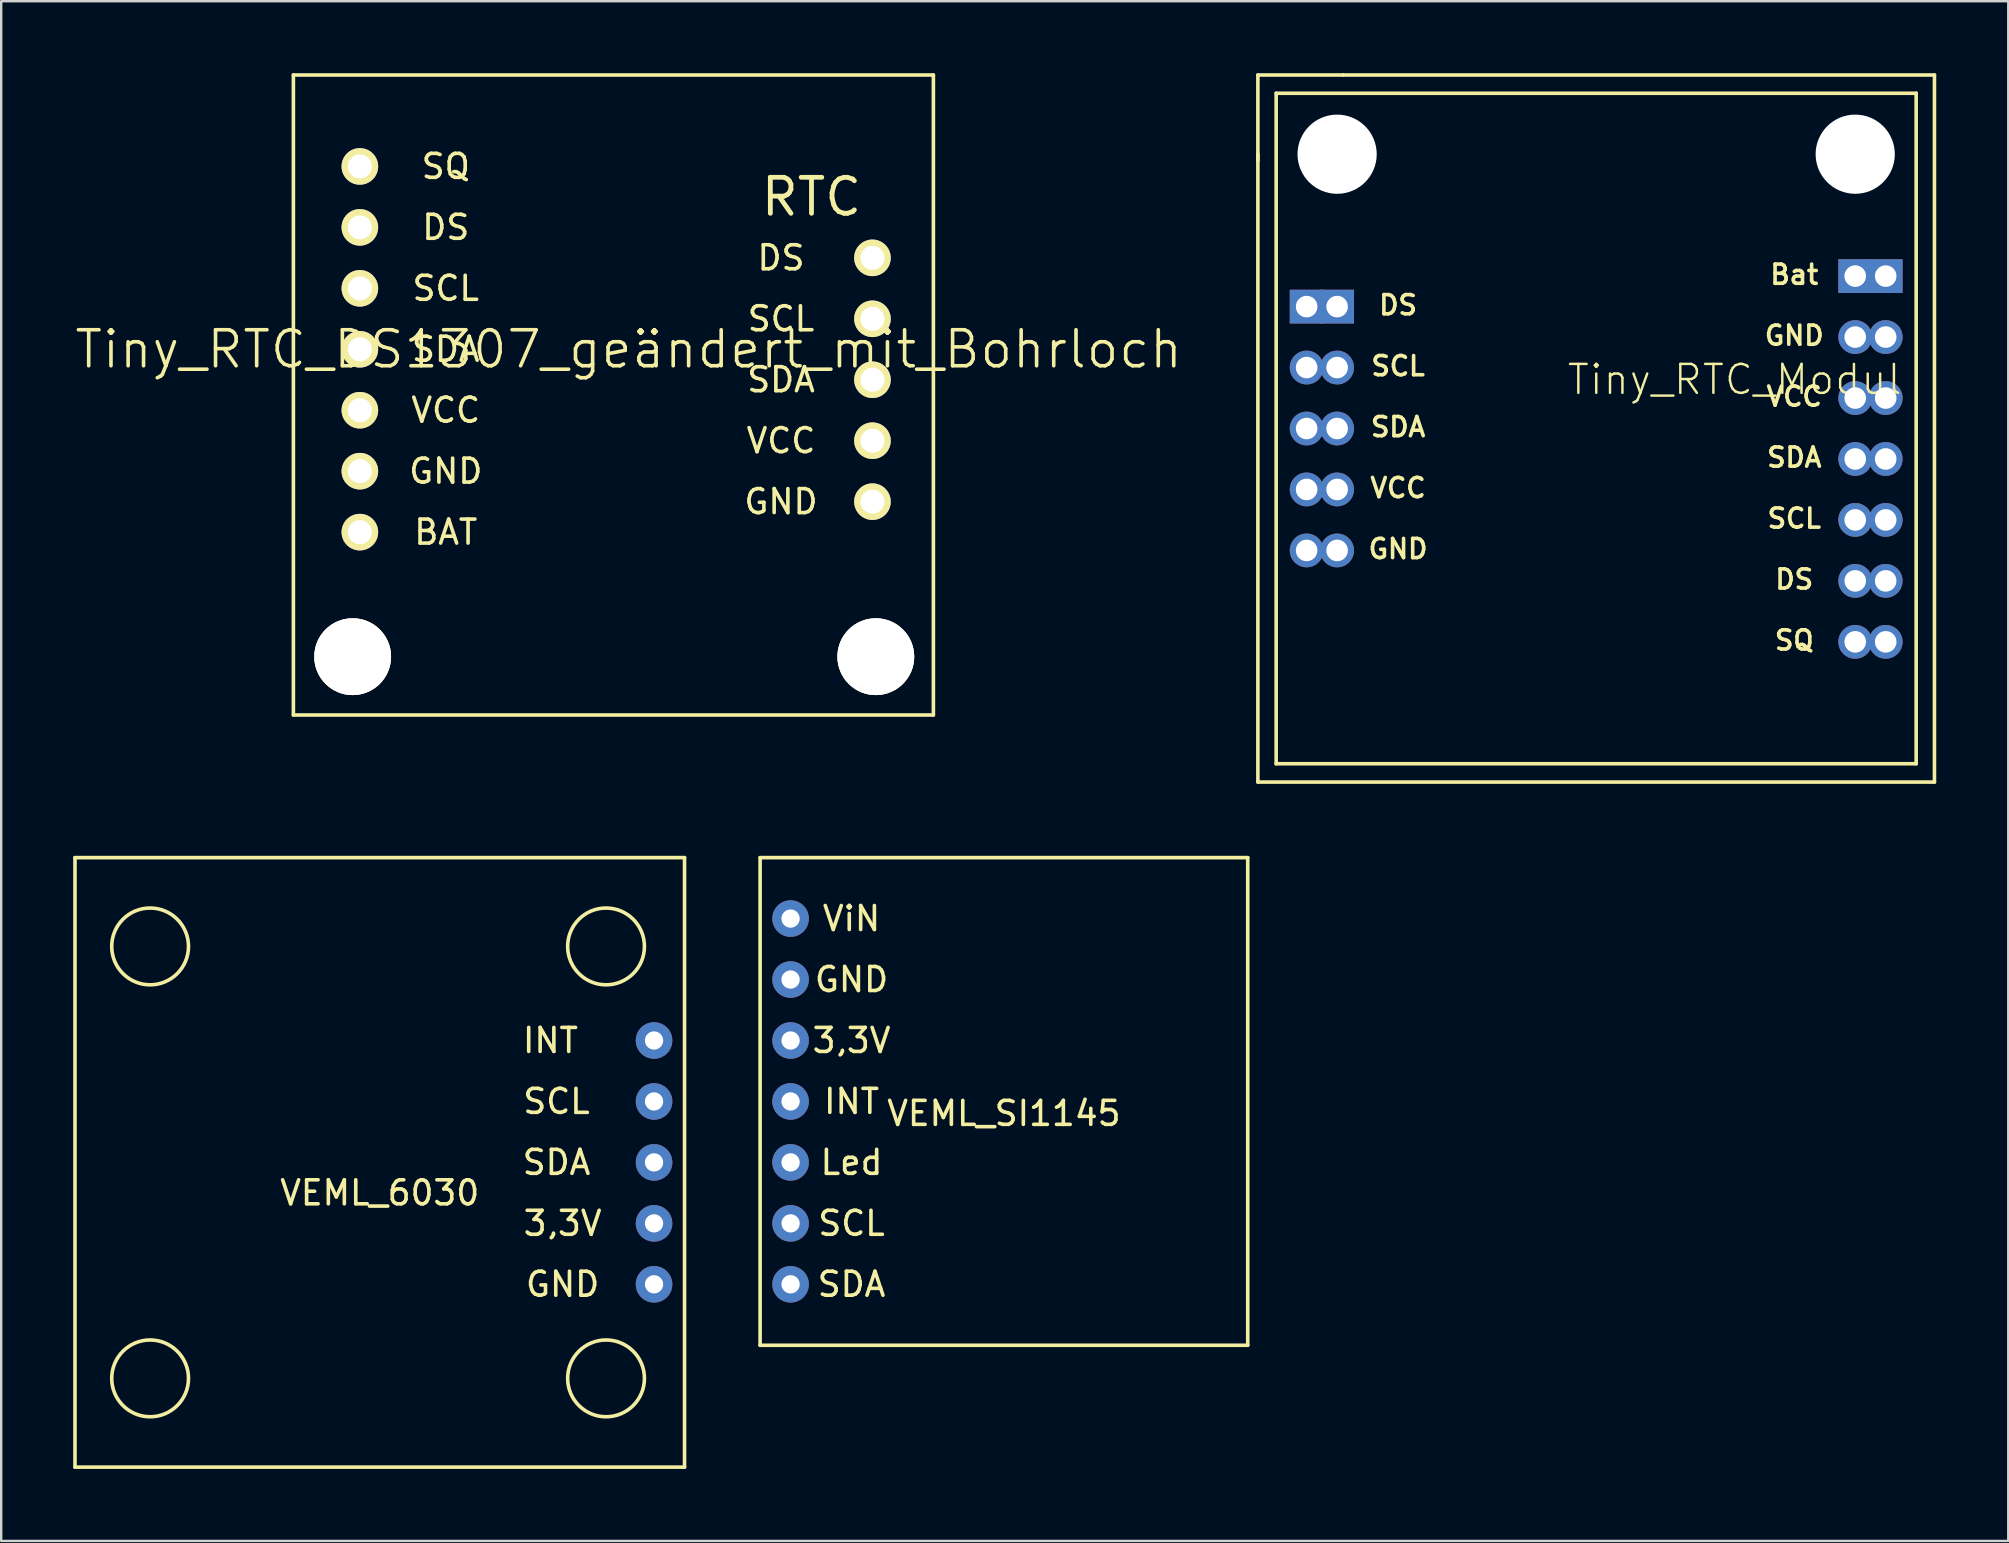
<source format=kicad_pcb>
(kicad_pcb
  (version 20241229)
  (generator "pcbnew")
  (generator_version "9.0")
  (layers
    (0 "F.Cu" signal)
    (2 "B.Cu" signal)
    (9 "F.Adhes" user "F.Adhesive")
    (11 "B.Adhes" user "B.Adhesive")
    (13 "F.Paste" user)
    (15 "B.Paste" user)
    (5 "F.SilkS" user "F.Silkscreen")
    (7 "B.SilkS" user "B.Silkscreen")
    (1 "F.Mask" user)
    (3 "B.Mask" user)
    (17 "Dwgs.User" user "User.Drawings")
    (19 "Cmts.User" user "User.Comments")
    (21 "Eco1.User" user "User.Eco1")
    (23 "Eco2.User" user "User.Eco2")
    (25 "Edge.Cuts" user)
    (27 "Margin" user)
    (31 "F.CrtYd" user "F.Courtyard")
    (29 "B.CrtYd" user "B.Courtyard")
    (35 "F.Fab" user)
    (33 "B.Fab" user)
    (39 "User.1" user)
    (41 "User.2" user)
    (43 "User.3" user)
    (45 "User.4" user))
  (footprint "Tiny_RTC_DS1307_geändert_mit_Bohrloch"
    (layer "F.Cu")
    (at 23.146 15.315)
    (property "Reference" "Tiny_RTC_DS1307_geändert_mit_Bohrloch" (at 0 -3.81 0) (layer "F.SilkS") (effects (font (size 1.5 1.5) (thickness 0.15))))
    (attr through_hole)
    (fp_line (start -13.97 -15.24) (end 12.7 -15.24) (stroke (width 0.15) (type solid)) (layer "F.SilkS"))
    (fp_line (start -13.97 11.43) (end -13.97 -15.24) (stroke (width 0.15) (type solid)) (layer "F.SilkS"))
    (fp_line (start 12.7 -15.24) (end 12.7 11.43) (stroke (width 0.15) (type solid)) (layer "F.SilkS"))
    (fp_line (start 12.7 11.43) (end -13.97 11.43) (stroke (width 0.15) (type solid)) (layer "F.SilkS"))
    (fp_text user "GND" (at 6.35 2.54 0) (layer "F.SilkS") (effects (font (size 1 1) (thickness 0.15))))
    (fp_text user "VCC" (at -7.62 -1.27 0) (layer "F.SilkS") (effects (font (size 1 1) (thickness 0.15))))
    (fp_text user "SCL" (at 6.35 -5.08 0) (layer "F.SilkS") (effects (font (size 1 1) (thickness 0.15))))
    (fp_text user "GND" (at -7.62 1.27 0) (layer "F.SilkS") (effects (font (size 1 1) (thickness 0.15))))
    (fp_text user "BAT" (at -7.62 3.81 0) (layer "F.SilkS") (effects (font (size 1 1) (thickness 0.15))))
    (fp_text user "SCL" (at -7.62 -6.35 0) (layer "F.SilkS") (effects (font (size 1 1) (thickness 0.15))))
    (fp_text user "RTC" (at 7.62 -10.16 0) (layer "F.SilkS") (effects (font (size 1.5 1.5) (thickness 0.2))))
    (fp_text user "SQ" (at -7.62 -11.43 0) (layer "F.SilkS") (effects (font (size 1 1) (thickness 0.15))))
    (fp_text user "SDA" (at -7.62 -3.81 0) (layer "F.SilkS") (effects (font (size 1 1) (thickness 0.15))))
    (fp_text user "DS" (at 6.35 -7.62 0) (layer "F.SilkS") (effects (font (size 1 1) (thickness 0.15))))
    (fp_text user "DS" (at -7.62 -8.89 0) (layer "F.SilkS") (effects (font (size 1 1) (thickness 0.15))))
    (fp_text user "SDA" (at 6.35 -2.54 0) (layer "F.SilkS") (effects (font (size 1 1) (thickness 0.15))))
    (fp_text user "VCC" (at 6.35 0 0) (layer "F.SilkS") (effects (font (size 1 1) (thickness 0.15))))
    (pad "1" thru_hole circle (at -11.2 3.81) (size 1.524 1.524) (drill 1) (layers "*.Cu" "*.Mask" "F.SilkS"))
    (pad "2" thru_hole circle (at -11.2 1.27) (size 1.524 1.524) (drill 1) (layers "*.Cu" "*.Mask" "F.SilkS"))
    (pad "3" thru_hole circle (at -11.2 -1.27) (size 1.524 1.524) (drill 1) (layers "*.Cu" "*.Mask" "F.SilkS"))
    (pad "4" thru_hole circle (at -11.2 -3.81) (size 1.524 1.524) (drill 1) (layers "*.Cu" "*.Mask" "F.SilkS"))
    (pad "5" thru_hole circle (at -11.2 -6.35) (size 1.524 1.524) (drill 1) (layers "*.Cu" "*.Mask" "F.SilkS"))
    (pad "6" thru_hole circle (at -11.2 -8.89) (size 1.524 1.524) (drill 1) (layers "*.Cu" "*.Mask" "F.SilkS"))
    (pad "7" thru_hole circle (at -11.2 -11.43) (size 1.524 1.524) (drill 1) (layers "*.Cu" "*.Mask" "F.SilkS"))
    (pad "8" thru_hole circle (at 10.16 2.54) (size 1.524 1.524) (drill 1) (layers "*.Cu" "*.Mask" "F.SilkS"))
    (pad "9" thru_hole circle (at 10.16 0) (size 1.524 1.524) (drill 1) (layers "*.Cu" "*.Mask" "F.SilkS"))
    (pad "10" thru_hole circle (at 10.16 -2.54) (size 1.524 1.524) (drill 1) (layers "*.Cu" "*.Mask" "F.SilkS"))
    (pad "11" thru_hole circle (at 10.16 -5.08) (size 1.524 1.524) (drill 1) (layers "*.Cu" "*.Mask" "F.SilkS"))
    (pad "12" thru_hole circle (at 10.16 -7.62) (size 1.524 1.524) (drill 1) (layers "*.Cu" "*.Mask" "F.SilkS"))
    (pad "~" thru_hole circle (at -11.5 9) (size 3.2 3.2) (drill 3.2) (layers "*.Cu" "*.Mask" "F.SilkS"))
    (pad "~" thru_hole circle (at 10.3 9) (size 3.2 3.2) (drill 3.2) (layers "*.Cu" "*.Mask" "F.SilkS")))
  (footprint "VEML_SI1145"
    (layer "F.Cu")
    (at 38.785 42.849)
    (property "Reference" "VEML_SI1145" (at 0 0.5 0) (unlocked yes) (layer "F.SilkS") (effects (font (size 1 1) (thickness 0.15))))
    (attr through_hole)
    (fp_line (start -10.16 -10.16) (end -10.16 10.16) (stroke (width 0.15) (type solid)) (layer "F.SilkS"))
    (fp_line (start -10.16 10.16) (end 10.16 10.16) (stroke (width 0.15) (type solid)) (layer "F.SilkS"))
    (fp_line (start 10.16 -10.16) (end -10.16 -10.16) (stroke (width 0.15) (type solid)) (layer "F.SilkS"))
    (fp_line (start 10.16 10.16) (end 10.16 -10.16) (stroke (width 0.15) (type solid)) (layer "F.SilkS"))
    (fp_text user "INT" (at -6.35 0 0) (unlocked yes) (layer "F.SilkS") (effects (font (size 1 1) (thickness 0.15))))
    (fp_text user "SDA" (at -6.35 7.62 0) (unlocked yes) (layer "F.SilkS") (effects (font (size 1 1) (thickness 0.15))))
    (fp_text user "Led" (at -6.35 2.54 0) (unlocked yes) (layer "F.SilkS") (effects (font (size 1 1) (thickness 0.15))))
    (fp_text user "GND" (at -6.35 -5.08 0) (unlocked yes) (layer "F.SilkS") (effects (font (size 1 1) (thickness 0.15))))
    (fp_text user "ViN" (at -6.35 -7.62 0) (unlocked yes) (layer "F.SilkS") (effects (font (size 1 1) (thickness 0.15))))
    (fp_text user "3,3V" (at -6.35 -2.54 0) (unlocked yes) (layer "F.SilkS") (effects (font (size 1 1) (thickness 0.15))))
    (fp_text user "SCL" (at -6.35 5.08 0) (unlocked yes) (layer "F.SilkS") (effects (font (size 1 1) (thickness 0.15))))
    (pad "1" thru_hole circle (at -8.89 -7.62) (size 1.524 1.524) (drill 0.762) (layers "*.Cu" "*.Mask"))
    (pad "2" thru_hole circle (at -8.89 -5.08) (size 1.524 1.524) (drill 0.762) (layers "*.Cu" "*.Mask"))
    (pad "3" thru_hole circle (at -8.89 -2.54) (size 1.524 1.524) (drill 0.762) (layers "*.Cu" "*.Mask"))
    (pad "4" thru_hole circle (at -8.89 0) (size 1.524 1.524) (drill 0.762) (layers "*.Cu" "*.Mask"))
    (pad "5" thru_hole circle (at -8.89 2.54) (size 1.524 1.524) (drill 0.762) (layers "*.Cu" "*.Mask"))
    (pad "6" thru_hole circle (at -8.89 5.08) (size 1.524 1.524) (drill 0.762) (layers "*.Cu" "*.Mask"))
    (pad "7" thru_hole circle (at -8.89 7.62) (size 1.524 1.524) (drill 0.762) (layers "*.Cu" "*.Mask")))
  (footprint "VEML_6030"
    (layer "F.Cu")
    (at 12.775 45.389)
    (property "Reference" "VEML_6030" (at 0 1.27 0) (unlocked yes) (layer "F.SilkS") (effects (font (size 1 1) (thickness 0.15))))
    (attr through_hole)
    (fp_line (start -12.7 -12.7) (end -12.7 12.7) (stroke (width 0.15) (type solid)) (layer "F.SilkS"))
    (fp_line (start -12.7 12.7) (end 12.7 12.7) (stroke (width 0.15) (type solid)) (layer "F.SilkS"))
    (fp_line (start 12.7 -12.7) (end -12.7 -12.7) (stroke (width 0.15) (type solid)) (layer "F.SilkS"))
    (fp_line (start 12.7 12.7) (end 12.7 -12.7) (stroke (width 0.15) (type solid)) (layer "F.SilkS"))
    (fp_circle (center -9.57 -9) (end -11.17 -9) (stroke (width 0.15) (type solid)) (fill no) (layer "F.SilkS"))
    (fp_circle (center -9.57 9) (end -11.17 9) (stroke (width 0.15) (type solid)) (fill no) (layer "F.SilkS"))
    (fp_circle (center 9.43 -9) (end 7.83 -9) (stroke (width 0.15) (type solid)) (fill no) (layer "F.SilkS"))
    (fp_circle (center 9.43 9) (end 7.83 9) (stroke (width 0.15) (type solid)) (fill no) (layer "F.SilkS"))
    (fp_text user "3,3V" (at 7.62 2.54 0) (unlocked yes) (layer "F.SilkS") (effects (font (size 1 1) (thickness 0.15))))
    (fp_text user "INT" (at 7.112 -5.08 0) (unlocked yes) (layer "F.SilkS") (effects (font (size 1 1) (thickness 0.15))))
    (fp_text user "GND" (at 7.62 5.08 0) (unlocked yes) (layer "F.SilkS") (effects (font (size 1 1) (thickness 0.15))))
    (fp_text user "SDA" (at 7.366 0 0) (unlocked yes) (layer "F.SilkS") (effects (font (size 1 1) (thickness 0.15))))
    (fp_text user "SCL" (at 7.366 -2.54 0) (unlocked yes) (layer "F.SilkS") (effects (font (size 1 1) (thickness 0.15))))
    (pad "1" thru_hole circle (at 11.43 5.08 180) (size 1.524 1.524) (drill 0.762) (layers "*.Cu" "*.Mask"))
    (pad "2" thru_hole circle (at 11.43 2.54 180) (size 1.524 1.524) (drill 0.762) (layers "*.Cu" "*.Mask"))
    (pad "3" thru_hole circle (at 11.43 0 180) (size 1.524 1.524) (drill 0.762) (layers "*.Cu" "*.Mask"))
    (pad "4" thru_hole circle (at 11.43 -2.54 180) (size 1.524 1.524) (drill 0.762) (layers "*.Cu" "*.Mask"))
    (pad "5" thru_hole circle (at 11.43 -5.08 180) (size 1.524 1.524) (drill 0.762) (layers "*.Cu" "*.Mask")))
  (footprint "Tiny_RTC_Modul"
    (layer "F.Cu")
    (at 63.465 14.743)
    (property "Reference" "Tiny_RTC_Modul" (at -1.27 -1.27 0) (layer "F.SilkS") (effects (font (size 1.206 1.206) (thickness 0.102)) (justify left bottom)))
    (attr through_hole)
    (fp_line (start -14.097 -14.668) (end -14.097 -11.113) (stroke (width 0.15) (type solid)) (layer "F.SilkS"))
    (fp_line (start -14.097 14.796) (end -14.097 -11.367) (stroke (width 0.15) (type solid)) (layer "F.SilkS"))
    (fp_line (start -13.335 14.034) (end -13.335 -13.906) (stroke (width 0.15) (type solid)) (layer "F.SilkS"))
    (fp_line (start -10.541 -14.668) (end -14.097 -14.668) (stroke (width 0.15) (type solid)) (layer "F.SilkS"))
    (fp_line (start -10.541 -14.668) (end 14.097 -14.668) (stroke (width 0.15) (type solid)) (layer "F.SilkS"))
    (fp_line (start 13.335 -13.906) (end -13.335 -13.906) (stroke (width 0.15) (type solid)) (layer "F.SilkS"))
    (fp_line (start 13.335 -13.906) (end 13.335 14.034) (stroke (width 0.15) (type solid)) (layer "F.SilkS"))
    (fp_line (start 13.335 14.034) (end -13.335 14.034) (stroke (width 0.15) (type solid)) (layer "F.SilkS"))
    (fp_line (start 14.097 -14.668) (end 14.097 14.796) (stroke (width 0.15) (type solid)) (layer "F.SilkS"))
    (fp_line (start 14.097 14.796) (end -14.097 14.796) (stroke (width 0.15) (type solid)) (layer "F.SilkS"))
    (fp_text user "GND" (at -8.255 5.08 0) (layer "F.SilkS") (effects (font (size 0.8 0.8) (thickness 0.15))))
    (fp_text user "GND" (at 8.255 -3.81 0) (layer "F.SilkS") (effects (font (size 0.8 0.8) (thickness 0.15))))
    (fp_text user "SCL" (at -8.255 -2.54 0) (layer "F.SilkS") (effects (font (size 0.8 0.8) (thickness 0.15))))
    (fp_text user "DS" (at -8.255 -5.08 0) (layer "F.SilkS") (effects (font (size 0.8 0.8) (thickness 0.15))))
    (fp_text user "VCC" (at 8.255 -1.27 0) (layer "F.SilkS") (effects (font (size 0.8 0.8) (thickness 0.15))))
    (fp_text user "VCC" (at -8.255 2.54 0) (layer "F.SilkS") (effects (font (size 0.8 0.8) (thickness 0.15))))
    (fp_text user "DS" (at 8.255 6.35 0) (layer "F.SilkS") (effects (font (size 0.8 0.8) (thickness 0.15))))
    (fp_text user "SCL" (at 8.255 3.81 0) (layer "F.SilkS") (effects (font (size 0.8 0.8) (thickness 0.15))))
    (fp_text user "SDA" (at 8.255 1.27 0) (layer "F.SilkS") (effects (font (size 0.8 0.8) (thickness 0.15))))
    (fp_text user "SDA" (at -8.255 0 0) (layer "F.SilkS") (effects (font (size 0.8 0.8) (thickness 0.15))))
    (fp_text user "Bat" (at 8.255 -6.35 0) (layer "F.SilkS") (effects (font (size 0.8 0.8) (thickness 0.15))))
    (fp_text user "SQ" (at 8.255 8.89 0) (layer "F.SilkS") (effects (font (size 0.8 0.8) (thickness 0.15))))
    (pad "" np_thru_hole circle (at -10.795 -11.367) (size 3.3 3.3) (drill 3.3) (layers "*.Cu" "*.Mask"))
    (pad "" np_thru_hole circle (at 10.795 -11.367) (size 3.3 3.3) (drill 3.3) (layers "*.Cu" "*.Mask"))
    (pad "1_0" thru_hole rect (at -12.065 -5.016) (size 1.408 1.408) (drill 0.9) (layers "*.Cu" "*.Mask"))
    (pad "1_0" thru_hole rect (at -10.795 -5.016) (size 1.408 1.408) (drill 0.9) (layers "*.Cu" "*.Mask"))
    (pad "1_1" thru_hole rect (at 10.795 -6.287) (size 1.408 1.408) (drill 0.9) (layers "*.Cu" "*.Mask"))
    (pad "1_1" thru_hole rect (at 12.065 -6.287) (size 1.408 1.408) (drill 0.9) (layers "*.Cu" "*.Mask"))
    (pad "2_0" thru_hole circle (at -12.065 -2.477) (size 1.408 1.408) (drill 0.9) (layers "*.Cu" "*.Mask"))
    (pad "2_0" thru_hole circle (at -10.795 -2.477) (size 1.408 1.408) (drill 0.9) (layers "*.Cu" "*.Mask"))
    (pad "2_1" thru_hole circle (at 10.795 -3.747) (size 1.408 1.408) (drill 0.9) (layers "*.Cu" "*.Mask"))
    (pad "2_1" thru_hole circle (at 12.065 -3.747) (size 1.408 1.408) (drill 0.9) (layers "*.Cu" "*.Mask"))
    (pad "3_0" thru_hole circle (at -12.065 0.064) (size 1.408 1.408) (drill 0.9) (layers "*.Cu" "*.Mask"))
    (pad "3_0" thru_hole circle (at -10.795 0.064) (size 1.408 1.408) (drill 0.9) (layers "*.Cu" "*.Mask"))
    (pad "3_1" thru_hole circle (at 10.795 -1.206) (size 1.408 1.408) (drill 0.9) (layers "*.Cu" "*.Mask"))
    (pad "3_1" thru_hole circle (at 12.065 -1.206) (size 1.408 1.408) (drill 0.9) (layers "*.Cu" "*.Mask"))
    (pad "4_0" thru_hole circle (at -12.065 2.603) (size 1.408 1.408) (drill 0.9) (layers "*.Cu" "*.Mask"))
    (pad "4_0" thru_hole circle (at -10.795 2.603) (size 1.408 1.408) (drill 0.9) (layers "*.Cu" "*.Mask"))
    (pad "4_1" thru_hole circle (at 10.795 1.333) (size 1.408 1.408) (drill 0.9) (layers "*.Cu" "*.Mask"))
    (pad "4_1" thru_hole circle (at 12.065 1.333) (size 1.408 1.408) (drill 0.9) (layers "*.Cu" "*.Mask"))
    (pad "5_0" thru_hole circle (at -12.065 5.144) (size 1.408 1.408) (drill 0.9) (layers "*.Cu" "*.Mask"))
    (pad "5_0" thru_hole circle (at -10.795 5.144) (size 1.408 1.408) (drill 0.9) (layers "*.Cu" "*.Mask"))
    (pad "5_1" thru_hole circle (at 10.795 3.873) (size 1.408 1.408) (drill 0.9) (layers "*.Cu" "*.Mask"))
    (pad "5_1" thru_hole circle (at 12.065 3.873) (size 1.408 1.408) (drill 0.9) (layers "*.Cu" "*.Mask"))
    (pad "6_1" thru_hole circle (at 10.795 6.413) (size 1.408 1.408) (drill 0.9) (layers "*.Cu" "*.Mask"))
    (pad "6_1" thru_hole circle (at 12.065 6.413) (size 1.408 1.408) (drill 0.9) (layers "*.Cu" "*.Mask"))
    (pad "7_1" thru_hole circle (at 10.795 8.954) (size 1.408 1.408) (drill 0.9) (layers "*.Cu" "*.Mask"))
    (pad "7_1" thru_hole circle (at 12.065 8.954) (size 1.408 1.408) (drill 0.9) (layers "*.Cu" "*.Mask")))
  (gr_rect
    (start -3 -3)
    (end 80.637 61.164)
    (stroke (width 0.1) (type default))
    (fill no)
    (layer "Edge.Cuts")))
</source>
